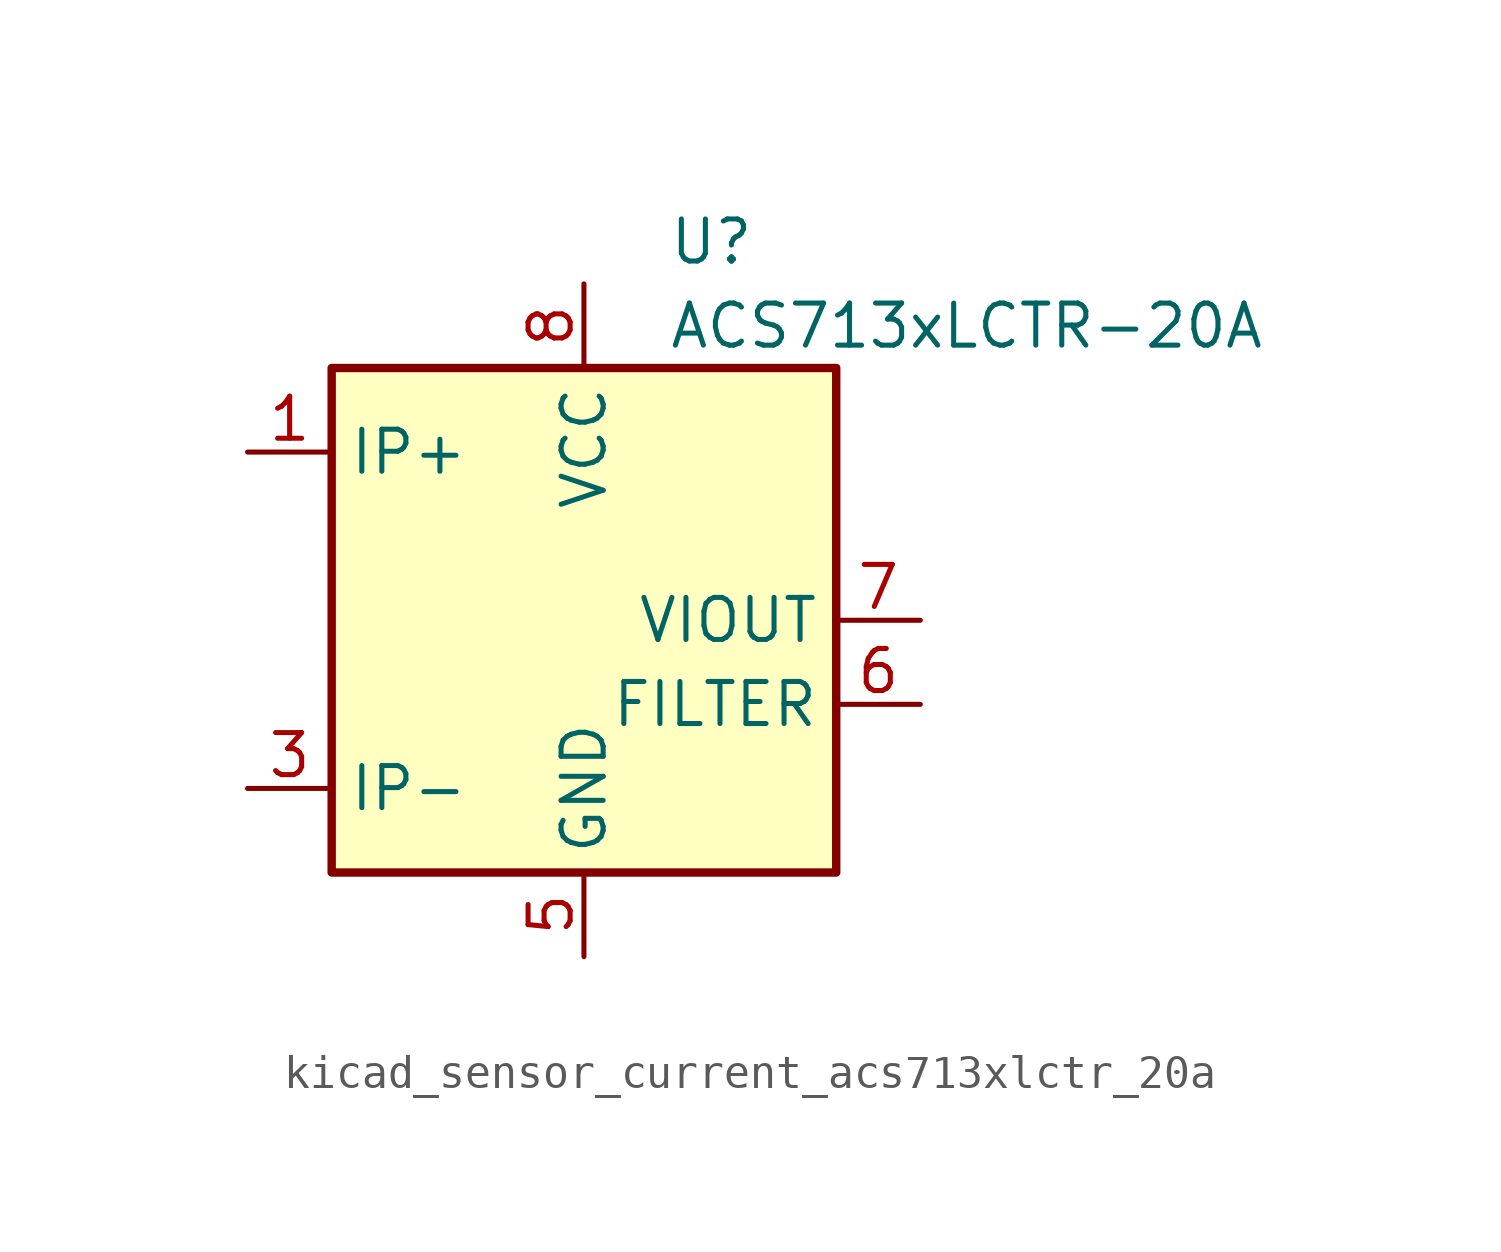
<source format=kicad_sym>
(kicad_symbol_lib
  (version 20220914)
  (generator kicad_symbol_editor)
  (symbol "kicad_sensor_current_acs713xlctr_20a"
    (property "Reference" "U"
      (at 2.54 11.43 0)
      (effects (font (size 1.27 1.27)) (justify left)))
    (property "Value" "ACS713xLCTR-20A"
      (at 2.54 8.89 0)
      (effects (font (size 1.27 1.27)) (justify left)))
    (symbol "kicad_sensor_current_acs713xlctr_20a_0_1"
      (rectangle (start -7.62 7.62) (end 7.62 -7.62) (stroke (width 0.254) (type default)) (fill (type background))))
    (symbol "kicad_sensor_current_acs713xlctr_20a_1_1"
      (pin passive line (at -10.16 5.08 0) (length 2.54) (name "IP+" (effects (font (size 1.27 1.27)))) (number "1" (effects (font (size 1.27 1.27)))))
      (pin passive line (at -10.16 5.08 0) (length 2.54) hide (name "IP+" (effects (font (size 1.27 1.27)))) (number "2" (effects (font (size 1.27 1.27)))))
      (pin passive line (at -10.16 -5.08 0) (length 2.54) (name "IP-" (effects (font (size 1.27 1.27)))) (number "3" (effects (font (size 1.27 1.27)))))
      (pin passive line (at -10.16 -5.08 0) (length 2.54) hide (name "IP-" (effects (font (size 1.27 1.27)))) (number "4" (effects (font (size 1.27 1.27)))))
      (pin power_in line (at 0 -10.16 90) (length 2.54) (name "GND" (effects (font (size 1.27 1.27)))) (number "5" (effects (font (size 1.27 1.27)))))
      (pin passive line (at 10.16 -2.54 180) (length 2.54) (name "FILTER" (effects (font (size 1.27 1.27)))) (number "6" (effects (font (size 1.27 1.27)))))
      (pin output line (at 10.16 0 180) (length 2.54) (name "VIOUT" (effects (font (size 1.27 1.27)))) (number "7" (effects (font (size 1.27 1.27)))))
      (pin power_in line (at 0 10.16 270) (length 2.54) (name "VCC" (effects (font (size 1.27 1.27)))) (number "8" (effects (font (size 1.27 1.27))))))))
</source>
